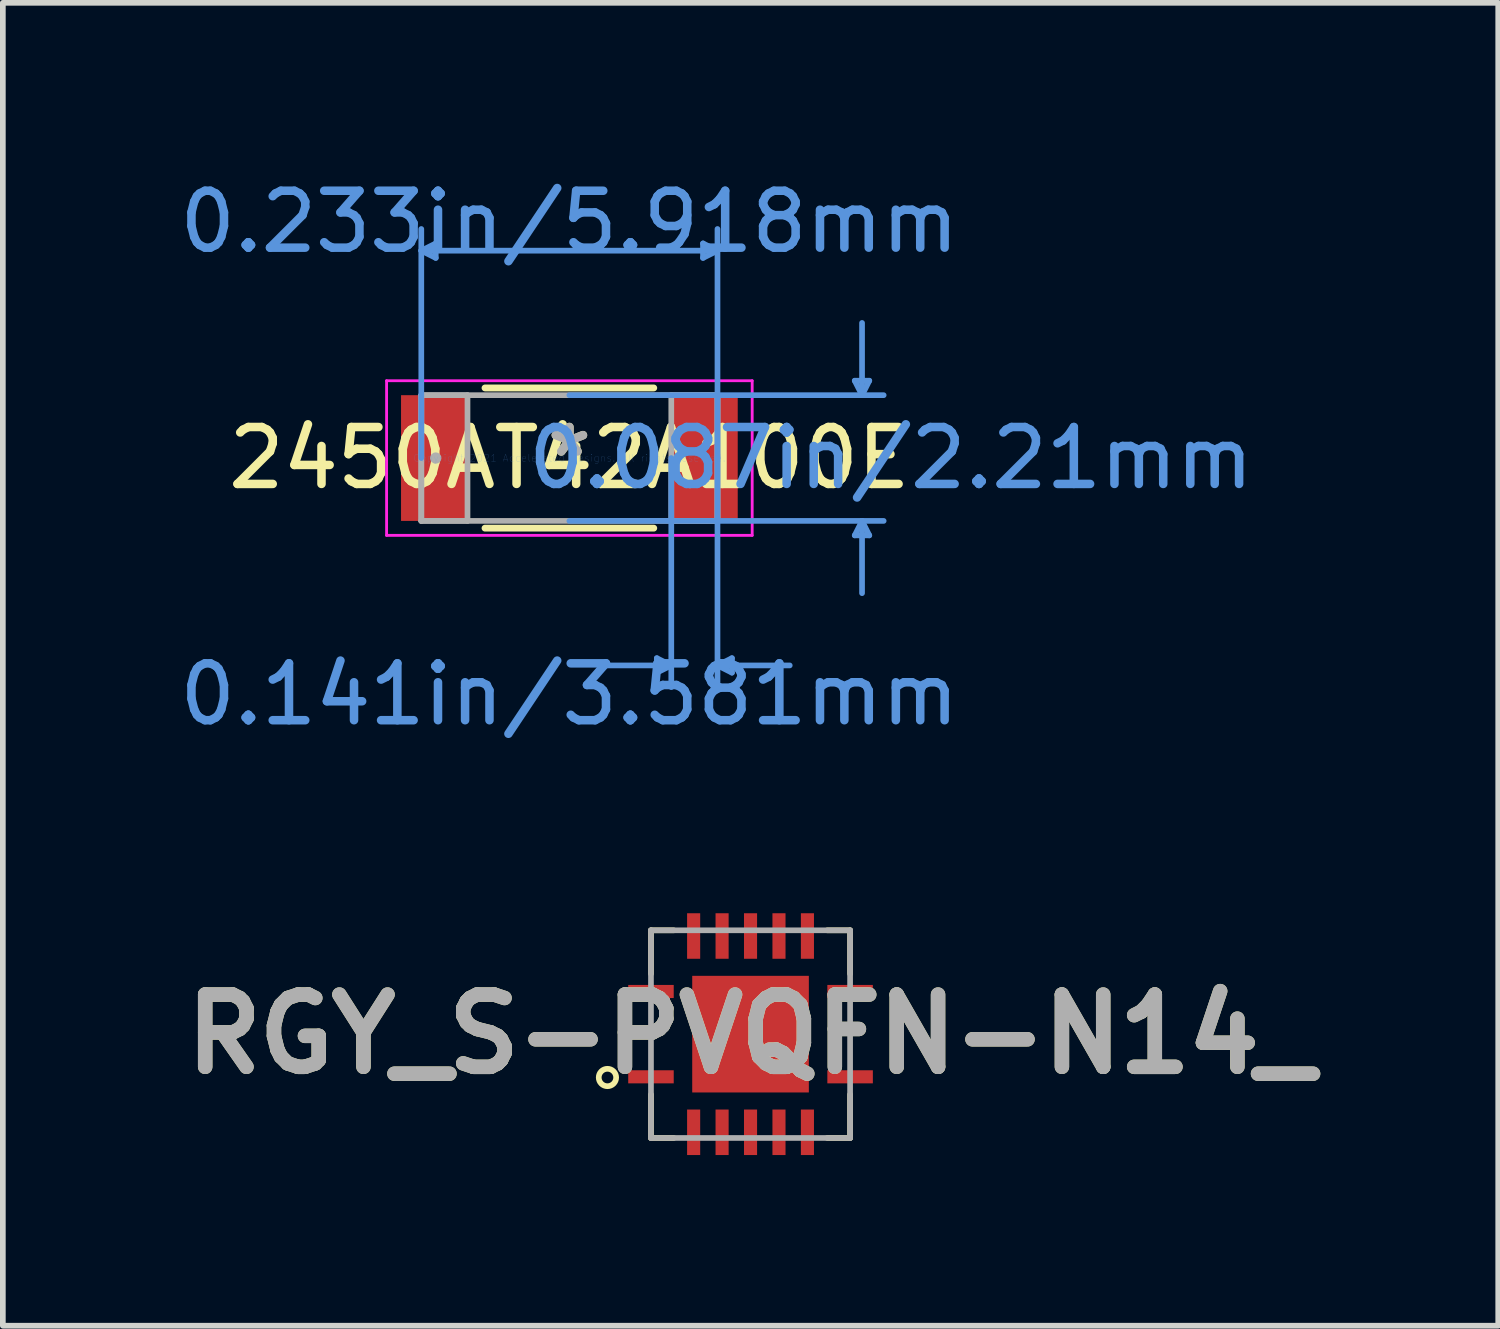
<source format=kicad_pcb>
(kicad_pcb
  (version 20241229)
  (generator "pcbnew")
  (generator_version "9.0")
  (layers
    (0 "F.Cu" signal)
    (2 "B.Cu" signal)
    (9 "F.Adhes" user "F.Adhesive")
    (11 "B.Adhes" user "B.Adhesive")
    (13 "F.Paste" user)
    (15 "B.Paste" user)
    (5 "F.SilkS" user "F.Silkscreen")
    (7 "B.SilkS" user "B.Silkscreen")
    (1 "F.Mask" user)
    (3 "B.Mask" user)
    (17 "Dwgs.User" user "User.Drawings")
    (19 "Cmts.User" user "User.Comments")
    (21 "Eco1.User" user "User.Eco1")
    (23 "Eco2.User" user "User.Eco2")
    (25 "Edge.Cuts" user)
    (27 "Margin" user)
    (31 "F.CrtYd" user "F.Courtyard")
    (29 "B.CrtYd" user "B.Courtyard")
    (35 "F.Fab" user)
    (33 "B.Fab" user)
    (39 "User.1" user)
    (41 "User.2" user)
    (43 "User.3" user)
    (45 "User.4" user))
  (footprint "2450AT42A100E"
    (layer "F.Cu")
    (at 6.958 5.001)
    (property "Reference" "2450AT42A100E" (at 0 0 0) (layer "F.SilkS") (effects (font (size 1 1) (thickness 0.15))))
    (attr through_hole)
    (fp_line (start -1.483 1.232) (end 1.483 1.232) (stroke (width 0.12) (type solid)) (layer "F.SilkS"))
    (fp_line (start 1.483 -1.232) (end -1.483 -1.232) (stroke (width 0.12) (type solid)) (layer "F.SilkS"))
    (fp_line (start -2.603 -3.645) (end -2.349 -3.772) (stroke (width 0.1) (type solid)) (layer "Cmts.User"))
    (fp_line (start -2.603 -3.645) (end -2.349 -3.518) (stroke (width 0.1) (type solid)) (layer "Cmts.User"))
    (fp_line (start -2.603 -3.645) (end 2.603 -3.645) (stroke (width 0.1) (type solid)) (layer "Cmts.User"))
    (fp_line (start -2.603 0) (end -2.603 -4.026) (stroke (width 0.1) (type solid)) (layer "Cmts.User"))
    (fp_line (start -2.349 -3.772) (end -2.349 -3.518) (stroke (width 0.1) (type solid)) (layer "Cmts.User"))
    (fp_line (start 0 -1.105) (end 5.524 -1.105) (stroke (width 0.1) (type solid)) (layer "Cmts.User"))
    (fp_line (start 0 1.105) (end 5.524 1.105) (stroke (width 0.1) (type solid)) (layer "Cmts.User"))
    (fp_line (start 1.537 3.518) (end 1.537 3.772) (stroke (width 0.1) (type solid)) (layer "Cmts.User"))
    (fp_line (start 1.791 0) (end 1.791 4.026) (stroke (width 0.1) (type solid)) (layer "Cmts.User"))
    (fp_line (start 1.791 3.645) (end 0.521 3.645) (stroke (width 0.1) (type solid)) (layer "Cmts.User"))
    (fp_line (start 1.791 3.645) (end 1.537 3.518) (stroke (width 0.1) (type solid)) (layer "Cmts.User"))
    (fp_line (start 1.791 3.645) (end 1.537 3.772) (stroke (width 0.1) (type solid)) (layer "Cmts.User"))
    (fp_line (start 2.349 -3.772) (end 2.349 -3.518) (stroke (width 0.1) (type solid)) (layer "Cmts.User"))
    (fp_line (start 2.603 -3.645) (end 2.349 -3.772) (stroke (width 0.1) (type solid)) (layer "Cmts.User"))
    (fp_line (start 2.603 -3.645) (end 2.349 -3.518) (stroke (width 0.1) (type solid)) (layer "Cmts.User"))
    (fp_line (start 2.603 0) (end 2.603 -4.026) (stroke (width 0.1) (type solid)) (layer "Cmts.User"))
    (fp_line (start 2.603 0) (end 2.603 4.026) (stroke (width 0.1) (type solid)) (layer "Cmts.User"))
    (fp_line (start 2.603 3.645) (end 2.857 3.518) (stroke (width 0.1) (type solid)) (layer "Cmts.User"))
    (fp_line (start 2.603 3.645) (end 2.857 3.772) (stroke (width 0.1) (type solid)) (layer "Cmts.User"))
    (fp_line (start 2.603 3.645) (end 3.873 3.645) (stroke (width 0.1) (type solid)) (layer "Cmts.User"))
    (fp_line (start 2.857 3.518) (end 2.857 3.772) (stroke (width 0.1) (type solid)) (layer "Cmts.User"))
    (fp_line (start 5.016 -1.359) (end 5.271 -1.359) (stroke (width 0.1) (type solid)) (layer "Cmts.User"))
    (fp_line (start 5.016 1.359) (end 5.271 1.359) (stroke (width 0.1) (type solid)) (layer "Cmts.User"))
    (fp_line (start 5.144 -1.105) (end 5.016 -1.359) (stroke (width 0.1) (type solid)) (layer "Cmts.User"))
    (fp_line (start 5.144 -1.105) (end 5.144 -2.375) (stroke (width 0.1) (type solid)) (layer "Cmts.User"))
    (fp_line (start 5.144 -1.105) (end 5.271 -1.359) (stroke (width 0.1) (type solid)) (layer "Cmts.User"))
    (fp_line (start 5.144 1.105) (end 5.016 1.359) (stroke (width 0.1) (type solid)) (layer "Cmts.User"))
    (fp_line (start 5.144 1.105) (end 5.144 2.375) (stroke (width 0.1) (type solid)) (layer "Cmts.User"))
    (fp_line (start 5.144 1.105) (end 5.271 1.359) (stroke (width 0.1) (type solid)) (layer "Cmts.User"))
    (fp_line (start -3.213 -1.359) (end 3.213 -1.359) (stroke (width 0.05) (type solid)) (layer "F.CrtYd"))
    (fp_line (start -3.213 1.359) (end -3.213 -1.359) (stroke (width 0.05) (type solid)) (layer "F.CrtYd"))
    (fp_line (start 3.213 -1.359) (end 3.213 1.359) (stroke (width 0.05) (type solid)) (layer "F.CrtYd"))
    (fp_line (start 3.213 1.359) (end -3.213 1.359) (stroke (width 0.05) (type solid)) (layer "F.CrtYd"))
    (fp_line (start -2.603 -1.105) (end -2.603 1.105) (stroke (width 0.1) (type solid)) (layer "F.Fab"))
    (fp_line (start -2.603 -1.105) (end -2.603 1.105) (stroke (width 0.1) (type solid)) (layer "F.Fab"))
    (fp_line (start -2.603 1.105) (end -1.791 1.105) (stroke (width 0.1) (type solid)) (layer "F.Fab"))
    (fp_line (start -2.603 1.105) (end 2.603 1.105) (stroke (width 0.1) (type solid)) (layer "F.Fab"))
    (fp_line (start -1.791 -1.105) (end -2.603 -1.105) (stroke (width 0.1) (type solid)) (layer "F.Fab"))
    (fp_line (start -1.791 1.105) (end -1.791 -1.105) (stroke (width 0.1) (type solid)) (layer "F.Fab"))
    (fp_line (start 1.791 -1.105) (end 1.791 1.105) (stroke (width 0.1) (type solid)) (layer "F.Fab"))
    (fp_line (start 1.791 1.105) (end 2.603 1.105) (stroke (width 0.1) (type solid)) (layer "F.Fab"))
    (fp_line (start 2.603 -1.105) (end -2.603 -1.105) (stroke (width 0.1) (type solid)) (layer "F.Fab"))
    (fp_line (start 2.603 -1.105) (end 1.791 -1.105) (stroke (width 0.1) (type solid)) (layer "F.Fab"))
    (fp_line (start 2.603 1.105) (end 2.603 -1.105) (stroke (width 0.1) (type solid)) (layer "F.Fab"))
    (fp_line (start 2.603 1.105) (end 2.603 -1.105) (stroke (width 0.1) (type solid)) (layer "F.Fab"))
    (fp_circle (center -2.349 0) (end -2.349 0) (stroke (width 0.1) (type solid)) (fill no) (layer "F.Fab"))
    (fp_text user "*" (at 0 0 0) (layer "F.SilkS") (effects (font (size 1 1) (thickness 0.15))))
    (fp_text user "0.141in/3.581mm" (at 0 4.153 0) (layer "Cmts.User") (effects (font (size 1 1) (thickness 0.15))))
    (fp_text user "0.087in/2.21mm" (at 5.652 0 0) (layer "Cmts.User") (effects (font (size 1 1) (thickness 0.15))))
    (fp_text user "Copyright 2021 Accelerated Designs. All rights reserved." (at 0 0 0) (layer "Cmts.User") (effects (font (size 0.127 0.127) (thickness 0.002))))
    (fp_text user "0.233in/5.918mm" (at 0 -4.153 0) (layer "Cmts.User") (effects (font (size 1 1) (thickness 0.15))))
    (fp_text user "*" (at 0 0 0) (layer "F.Fab") (effects (font (size 1 1) (thickness 0.15))))
    (pad "1" smd rect (at -2.375 0) (size 1.168 2.21) (layers "F.Cu" "F.Mask" "F.Paste"))
    (pad "2" smd rect (at 2.375 0) (size 1.168 2.21) (layers "F.Cu" "F.Mask" "F.Paste")))
  (footprint "RGY_S-PVQFN-N14_"
    (layer "F.Cu")
    (at 10.142 15.127)
    (property "Reference" "RGY_S-PVQFN-N14_" (at 0 0 0) (layer "F.SilkS") (effects (font (size 1.27 1.27) (thickness 0.254))))
    (attr smd)
    (fp_line (start -1.75 -1.825) (end -1.75 -1.061) (stroke (width 0.1) (type solid)) (layer "F.SilkS"))
    (fp_line (start -1.75 -1.825) (end -1.35 -1.825) (stroke (width 0.1) (type solid)) (layer "F.SilkS"))
    (fp_line (start -1.75 1.825) (end -1.75 1.061) (stroke (width 0.1) (type solid)) (layer "F.SilkS"))
    (fp_line (start -1.75 1.825) (end -1.35 1.825) (stroke (width 0.1) (type solid)) (layer "F.SilkS"))
    (fp_line (start 1.75 -1.825) (end 1.35 -1.825) (stroke (width 0.1) (type solid)) (layer "F.SilkS"))
    (fp_line (start 1.75 -1.825) (end 1.75 -1.061) (stroke (width 0.1) (type solid)) (layer "F.SilkS"))
    (fp_line (start 1.75 1.825) (end 1.35 1.825) (stroke (width 0.1) (type solid)) (layer "F.SilkS"))
    (fp_line (start 1.75 1.825) (end 1.75 1.061) (stroke (width 0.1) (type solid)) (layer "F.SilkS"))
    (fp_circle (center -2.515 0.762) (end -2.515 0.915) (stroke (width 0.1) (type solid)) (fill no) (layer "F.SilkS"))
    (fp_line (start -1.75 -1.825) (end 1.75 -1.825) (stroke (width 0.1) (type solid)) (layer "F.Fab"))
    (fp_line (start -1.75 1.825) (end -1.75 -1.825) (stroke (width 0.1) (type solid)) (layer "F.Fab"))
    (fp_line (start 1.75 -1.825) (end 1.75 1.825) (stroke (width 0.1) (type solid)) (layer "F.Fab"))
    (fp_line (start 1.75 1.825) (end -1.75 1.825) (stroke (width 0.1) (type solid)) (layer "F.Fab"))
    (fp_text user "${REFERENCE}" (at 0 0 0) (layer "F.Fab") (effects (font (size 1.27 1.27) (thickness 0.254))))
    (pad "1" smd rect (at -1.75 0.75 90) (size 0.23 0.8) (layers "F.Cu" "F.Mask" "F.Paste"))
    (pad "2" smd rect (at -1 1.725) (size 0.23 0.8) (layers "F.Cu" "F.Mask" "F.Paste"))
    (pad "3" smd rect (at -0.5 1.725) (size 0.23 0.8) (layers "F.Cu" "F.Mask" "F.Paste"))
    (pad "4" smd rect (at 0 1.725) (size 0.23 0.8) (layers "F.Cu" "F.Mask" "F.Paste"))
    (pad "5" smd rect (at 0.5 1.725) (size 0.23 0.8) (layers "F.Cu" "F.Mask" "F.Paste"))
    (pad "6" smd rect (at 1 1.725) (size 0.23 0.8) (layers "F.Cu" "F.Mask" "F.Paste"))
    (pad "7" smd rect (at 1.75 0.75 90) (size 0.23 0.8) (layers "F.Cu" "F.Mask" "F.Paste"))
    (pad "8" smd rect (at 1.75 -0.75 90) (size 0.23 0.8) (layers "F.Cu" "F.Mask" "F.Paste"))
    (pad "9" smd rect (at 1 -1.725) (size 0.23 0.8) (layers "F.Cu" "F.Mask" "F.Paste"))
    (pad "10" smd rect (at 0.5 -1.725) (size 0.23 0.8) (layers "F.Cu" "F.Mask" "F.Paste"))
    (pad "11" smd rect (at 0 -1.725) (size 0.23 0.8) (layers "F.Cu" "F.Mask" "F.Paste"))
    (pad "12" smd rect (at -0.5 -1.725) (size 0.23 0.8) (layers "F.Cu" "F.Mask" "F.Paste"))
    (pad "13" smd rect (at -1 -1.725) (size 0.23 0.8) (layers "F.Cu" "F.Mask" "F.Paste"))
    (pad "14" smd rect (at -1.75 -0.75 90) (size 0.23 0.8) (layers "F.Cu" "F.Mask" "F.Paste"))
    (pad "15" smd rect (at 0 0 90) (size 2.05 2.05) (layers "F.Cu" "F.Mask" "F.Paste")))
  (gr_rect
    (start -3 -3)
    (end 23.284 20.252)
    (stroke (width 0.1) (type default))
    (fill no)
    (layer "Edge.Cuts")))
</source>
